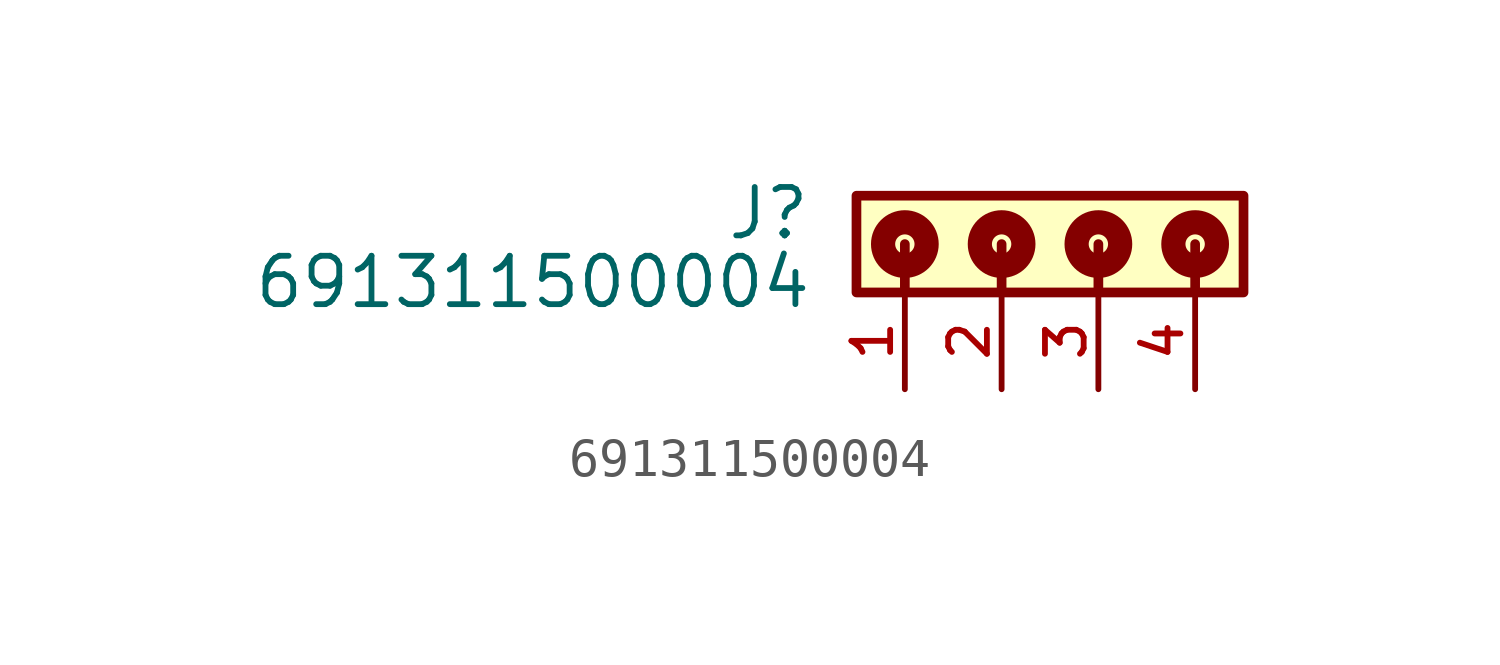
<source format=kicad_sym>
(kicad_symbol_lib
  (version 20211014)
  (generator kicad_symbol_editor)
  (symbol "691311500004"
    (pin_names
      (offset 1.016))
    (property "Reference" "J"
      (at -7.53 -1.205 0)
      (effects (font (size 1.27 1.27)) (justify bottom right)))
    (property "Value" "691311500004"
      (at -7.49 -3.01 0)
      (effects (font (size 1.27 1.27)) (justify bottom right)))
    (symbol "691311500004_0_0"
      (polyline (pts (xy -5.08 -1.27) (xy -5.08 -2.54)) (stroke (width 0.254)))
      (polyline (pts (xy -2.54 -1.27) (xy -2.54 -2.54)) (stroke (width 0.254)))
      (polyline (pts (xy 0.0 -1.27) (xy 0.0 -2.54)) (stroke (width 0.254)))
      (polyline (pts (xy 2.54 -1.27) (xy 2.54 -2.54)) (stroke (width 0.254)))
      (circle (center -5.08 -1.27) (radius 0.254) (stroke (width 0.635)) (fill (type none)))
      (circle (center -2.54 -1.27) (radius 0.254) (stroke (width 0.635)) (fill (type none)))
      (circle (center 0.0 -1.27) (radius 0.254) (stroke (width 0.635)) (fill (type none)))
      (circle (center 2.54 -1.27) (radius 0.254) (stroke (width 0.635)) (fill (type none)))
      (rectangle (start -6.35 -2.54) (end 3.81 -2.22044604925e-16) (stroke (width 0.254)) (fill (type background)))
      (pin passive line (at -5.08 -5.08 90.0) (length 2.54) (name "~" (effects (font (size 1.016 1.016)))) (number "1" (effects (font (size 1.016 1.016)))))
      (pin passive line (at -2.54 -5.08 90.0) (length 2.54) (name "~" (effects (font (size 1.016 1.016)))) (number "2" (effects (font (size 1.016 1.016)))))
      (pin passive line (at 0.0 -5.08 90.0) (length 2.54) (name "~" (effects (font (size 1.016 1.016)))) (number "3" (effects (font (size 1.016 1.016)))))
      (pin passive line (at 2.54 -5.08 90.0) (length 2.54) (name "~" (effects (font (size 1.016 1.016)))) (number "4" (effects (font (size 1.016 1.016))))))))
</source>
